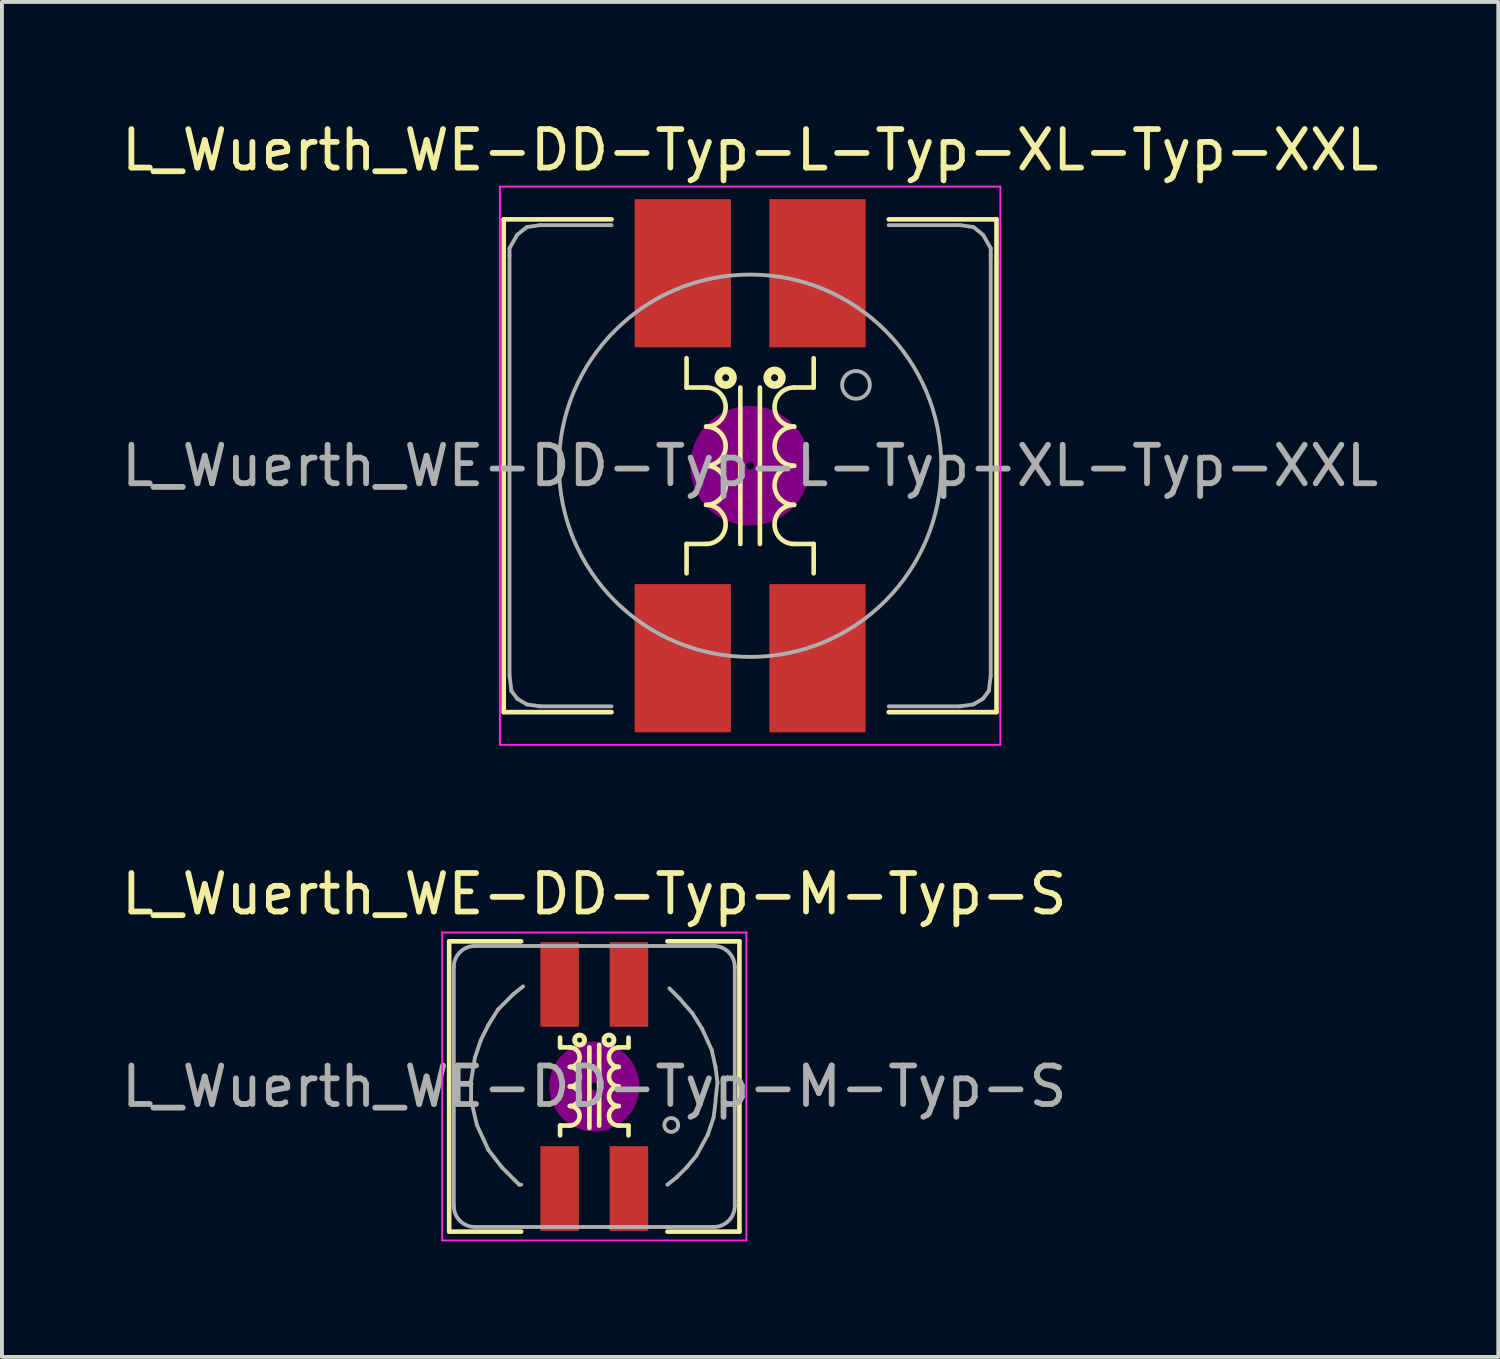
<source format=kicad_pcb>
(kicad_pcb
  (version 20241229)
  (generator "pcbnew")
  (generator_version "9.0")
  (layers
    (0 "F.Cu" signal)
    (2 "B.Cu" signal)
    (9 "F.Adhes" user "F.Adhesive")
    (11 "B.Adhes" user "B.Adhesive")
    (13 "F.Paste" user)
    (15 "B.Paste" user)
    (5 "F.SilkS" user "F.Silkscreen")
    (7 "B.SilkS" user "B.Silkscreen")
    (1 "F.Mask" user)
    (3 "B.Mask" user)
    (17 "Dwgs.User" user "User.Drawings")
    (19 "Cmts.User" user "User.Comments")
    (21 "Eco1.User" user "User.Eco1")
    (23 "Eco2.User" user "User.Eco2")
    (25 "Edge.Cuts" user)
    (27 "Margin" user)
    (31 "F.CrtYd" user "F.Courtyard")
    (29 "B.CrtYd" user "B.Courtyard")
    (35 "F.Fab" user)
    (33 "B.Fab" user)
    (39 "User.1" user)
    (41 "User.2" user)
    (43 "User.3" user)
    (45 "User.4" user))
  (footprint "L_Wuerth_WE-DD-Typ-L-Typ-XL-Typ-XXL"
    (layer "F.Cu")
    (at 16.435 9.048)
    (property "Reference" "L_Wuerth_WE-DD-Typ-L-Typ-XL-Typ-XXL" (at 0 -8.2 0) (layer "F.SilkS") (effects (font (size 1 1) (thickness 0.15))))
    (attr smd)
    (fp_line (start -6.4 -6.4) (end -3.6 -6.4) (stroke (width 0.12) (type solid)) (layer "F.SilkS"))
    (fp_line (start -6.4 6.4) (end -6.4 -6.4) (stroke (width 0.12) (type solid)) (layer "F.SilkS"))
    (fp_line (start -3.6 6.4) (end -6.4 6.4) (stroke (width 0.12) (type solid)) (layer "F.SilkS"))
    (fp_line (start -1.651 -2.032) (end -1.651 -2.794) (stroke (width 0.12) (type solid)) (layer "F.SilkS"))
    (fp_line (start -1.651 2.032) (end -1.651 2.794) (stroke (width 0.12) (type solid)) (layer "F.SilkS"))
    (fp_line (start -1.143 -2.032) (end -1.651 -2.032) (stroke (width 0.12) (type solid)) (layer "F.SilkS"))
    (fp_line (start -1.143 2.032) (end -1.651 2.032) (stroke (width 0.12) (type solid)) (layer "F.SilkS"))
    (fp_line (start -0.254 -2.032) (end -0.254 2.032) (stroke (width 0.12) (type solid)) (layer "F.SilkS"))
    (fp_line (start 0.254 2.032) (end 0.254 -2.032) (stroke (width 0.12) (type solid)) (layer "F.SilkS"))
    (fp_line (start 1.143 -2.032) (end 1.651 -2.032) (stroke (width 0.12) (type solid)) (layer "F.SilkS"))
    (fp_line (start 1.143 2.032) (end 1.651 2.032) (stroke (width 0.12) (type solid)) (layer "F.SilkS"))
    (fp_line (start 1.651 -2.032) (end 1.651 -2.794) (stroke (width 0.12) (type solid)) (layer "F.SilkS"))
    (fp_line (start 1.651 2.032) (end 1.651 2.794) (stroke (width 0.12) (type solid)) (layer "F.SilkS"))
    (fp_line (start 3.6 -6.4) (end 6.4 -6.4) (stroke (width 0.12) (type solid)) (layer "F.SilkS"))
    (fp_line (start 6.4 -6.4) (end 6.4 6.4) (stroke (width 0.12) (type solid)) (layer "F.SilkS"))
    (fp_line (start 6.4 6.4) (end 3.6 6.4) (stroke (width 0.12) (type solid)) (layer "F.SilkS"))
    (fp_arc (start -1.143 -2.032) (mid -0.635 -1.524) (end -1.143 -1.016) (stroke (width 0.12) (type solid)) (layer "F.SilkS"))
    (fp_arc (start -1.143 -1.016) (mid -0.635 -0.508) (end -1.143 0) (stroke (width 0.12) (type solid)) (layer "F.SilkS"))
    (fp_arc (start -1.143 0) (mid -0.635 0.508) (end -1.143 1.016) (stroke (width 0.12) (type solid)) (layer "F.SilkS"))
    (fp_arc (start -1.143 1.016) (mid -0.635 1.524) (end -1.143 2.032) (stroke (width 0.12) (type solid)) (layer "F.SilkS"))
    (fp_arc (start 1.143 -1.016) (mid 0.635 -1.524) (end 1.143 -2.032) (stroke (width 0.12) (type solid)) (layer "F.SilkS"))
    (fp_arc (start 1.143 0) (mid 0.635 -0.508) (end 1.143 -1.016) (stroke (width 0.12) (type solid)) (layer "F.SilkS"))
    (fp_arc (start 1.143 1.016) (mid 0.635 0.508) (end 1.143 0) (stroke (width 0.12) (type solid)) (layer "F.SilkS"))
    (fp_arc (start 1.143 2.032) (mid 0.635 1.524) (end 1.143 1.016) (stroke (width 0.12) (type solid)) (layer "F.SilkS"))
    (fp_circle (center -0.635 -2.286) (end -0.545 -2.286) (stroke (width 0.2) (type solid)) (fill no) (layer "F.SilkS"))
    (fp_circle (center 0.635 -2.286) (end 0.545 -2.286) (stroke (width 0.2) (type solid)) (fill no) (layer "F.SilkS"))
    (fp_circle (center 0 0) (end 0.1 0) (stroke (width 0.3) (type solid)) (fill no) (layer "F.Adhes"))
    (fp_circle (center 0 0) (end 0.3 0.1) (stroke (width 0.3) (type solid)) (fill no) (layer "F.Adhes"))
    (fp_circle (center 0 0) (end 0.6 0) (stroke (width 0.3) (type solid)) (fill no) (layer "F.Adhes"))
    (fp_circle (center 0 0) (end 0.8 -0.1) (stroke (width 0.3) (type solid)) (fill no) (layer "F.Adhes"))
    (fp_circle (center 0 0) (end 1.1 -0.1) (stroke (width 0.3) (type solid)) (fill no) (layer "F.Adhes"))
    (fp_circle (center 0 0) (end 1.4 -0.1) (stroke (width 0.3) (type solid)) (fill no) (layer "F.Adhes"))
    (fp_line (start -6.5 -7.25) (end 6.5 -7.25) (stroke (width 0.05) (type solid)) (layer "F.CrtYd"))
    (fp_line (start -6.5 7.25) (end -6.5 -7.25) (stroke (width 0.05) (type solid)) (layer "F.CrtYd"))
    (fp_line (start 6.5 -7.25) (end 6.5 7.25) (stroke (width 0.05) (type solid)) (layer "F.CrtYd"))
    (fp_line (start 6.5 7.25) (end -6.5 7.25) (stroke (width 0.05) (type solid)) (layer "F.CrtYd"))
    (fp_line (start -6.25 -5.65) (end -6.25 -5.45) (stroke (width 0.1) (type solid)) (layer "F.Fab"))
    (fp_line (start -6.25 -5.45) (end -6.25 5.45) (stroke (width 0.1) (type solid)) (layer "F.Fab"))
    (fp_line (start -6.2 5.85) (end -6.25 5.45) (stroke (width 0.1) (type solid)) (layer "F.Fab"))
    (fp_line (start -6.05 -6) (end -6.25 -5.65) (stroke (width 0.1) (type solid)) (layer "F.Fab"))
    (fp_line (start -6.05 6.05) (end -6.2 5.85) (stroke (width 0.1) (type solid)) (layer "F.Fab"))
    (fp_line (start -5.8 -6.2) (end -6.05 -6) (stroke (width 0.1) (type solid)) (layer "F.Fab"))
    (fp_line (start -5.8 6.2) (end -6.05 6.05) (stroke (width 0.1) (type solid)) (layer "F.Fab"))
    (fp_line (start -5.45 -6.25) (end -5.8 -6.2) (stroke (width 0.1) (type solid)) (layer "F.Fab"))
    (fp_line (start -5.45 6.25) (end -5.8 6.2) (stroke (width 0.1) (type solid)) (layer "F.Fab"))
    (fp_line (start -3.6 -6.25) (end -5.45 -6.25) (stroke (width 0.1) (type solid)) (layer "F.Fab"))
    (fp_line (start -3.6 6.25) (end -5.45 6.25) (stroke (width 0.1) (type solid)) (layer "F.Fab"))
    (fp_line (start 3.6 -6.25) (end 5.45 -6.25) (stroke (width 0.1) (type solid)) (layer "F.Fab"))
    (fp_line (start 3.6 6.25) (end 5.45 6.25) (stroke (width 0.1) (type solid)) (layer "F.Fab"))
    (fp_line (start 5.45 -6.25) (end 5.8 -6.2) (stroke (width 0.1) (type solid)) (layer "F.Fab"))
    (fp_line (start 5.45 6.25) (end 5.8 6.2) (stroke (width 0.1) (type solid)) (layer "F.Fab"))
    (fp_line (start 5.8 -6.2) (end 6.05 -6) (stroke (width 0.1) (type solid)) (layer "F.Fab"))
    (fp_line (start 5.8 6.2) (end 6.05 6.05) (stroke (width 0.1) (type solid)) (layer "F.Fab"))
    (fp_line (start 6.05 -6) (end 6.25 -5.65) (stroke (width 0.1) (type solid)) (layer "F.Fab"))
    (fp_line (start 6.05 6.05) (end 6.2 5.85) (stroke (width 0.1) (type solid)) (layer "F.Fab"))
    (fp_line (start 6.2 5.85) (end 6.25 5.45) (stroke (width 0.1) (type solid)) (layer "F.Fab"))
    (fp_line (start 6.25 -5.65) (end 6.25 -5.45) (stroke (width 0.1) (type solid)) (layer "F.Fab"))
    (fp_line (start 6.25 -5.45) (end 6.25 5.45) (stroke (width 0.1) (type solid)) (layer "F.Fab"))
    (fp_circle (center 0 0) (end 2.1 4.5) (stroke (width 0.1) (type solid)) (fill no) (layer "F.Fab"))
    (fp_circle (center 2.75 -2.1) (end 3.05 -1.9) (stroke (width 0.1) (type solid)) (fill no) (layer "F.Fab"))
    (fp_text user "${REFERENCE}" (at 0 0 0) (layer "F.Fab") (effects (font (size 1 1) (thickness 0.15))))
    (pad "1" smd rect (at -1.75 -5) (size 2.5 3.85) (layers "F.Cu" "F.Mask" "F.Paste"))
    (pad "2" smd rect (at 1.75 -5) (size 2.5 3.85) (layers "F.Cu" "F.Mask" "F.Paste"))
    (pad "3" smd rect (at 1.75 5) (size 2.5 3.85) (layers "F.Cu" "F.Mask" "F.Paste"))
    (pad "4" smd rect (at -1.75 5) (size 2.5 3.85) (layers "F.Cu" "F.Mask" "F.Paste")))
  (footprint "L_Wuerth_WE-DD-Typ-M-Typ-S"
    (layer "F.Cu")
    (at 12.387 25.172)
    (property "Reference" "L_Wuerth_WE-DD-Typ-M-Typ-S" (at 0 -5 0) (layer "F.SilkS") (effects (font (size 1 1) (thickness 0.15))))
    (attr smd)
    (fp_line (start -3.77 -3.77) (end -1.9 -3.77) (stroke (width 0.12) (type solid)) (layer "F.SilkS"))
    (fp_line (start -3.77 3.77) (end -3.77 -3.77) (stroke (width 0.12) (type solid)) (layer "F.SilkS"))
    (fp_line (start -1.9 3.77) (end -3.77 3.77) (stroke (width 0.12) (type solid)) (layer "F.SilkS"))
    (fp_line (start -0.889 -1.016) (end -0.889 -1.27) (stroke (width 0.12) (type solid)) (layer "F.SilkS"))
    (fp_line (start -0.889 1.016) (end -0.889 1.27) (stroke (width 0.12) (type solid)) (layer "F.SilkS"))
    (fp_line (start -0.635 -1.016) (end -0.889 -1.016) (stroke (width 0.12) (type solid)) (layer "F.SilkS"))
    (fp_line (start -0.635 1.016) (end -0.889 1.016) (stroke (width 0.12) (type solid)) (layer "F.SilkS"))
    (fp_line (start -0.127 1.079) (end -0.127 -1.016) (stroke (width 0.12) (type solid)) (layer "F.SilkS"))
    (fp_line (start 0.127 -1.079) (end 0.127 1.016) (stroke (width 0.12) (type solid)) (layer "F.SilkS"))
    (fp_line (start 0.635 -1.016) (end 0.889 -1.016) (stroke (width 0.12) (type solid)) (layer "F.SilkS"))
    (fp_line (start 0.635 1.016) (end 0.889 1.016) (stroke (width 0.12) (type solid)) (layer "F.SilkS"))
    (fp_line (start 0.889 -1.016) (end 0.889 -1.27) (stroke (width 0.12) (type solid)) (layer "F.SilkS"))
    (fp_line (start 0.889 1.016) (end 0.889 1.27) (stroke (width 0.12) (type solid)) (layer "F.SilkS"))
    (fp_line (start 1.9 -3.77) (end 3.77 -3.77) (stroke (width 0.12) (type solid)) (layer "F.SilkS"))
    (fp_line (start 3.77 -3.77) (end 3.77 3.77) (stroke (width 0.12) (type solid)) (layer "F.SilkS"))
    (fp_line (start 3.77 3.77) (end 1.9 3.77) (stroke (width 0.12) (type solid)) (layer "F.SilkS"))
    (fp_arc (start -0.635 -1.016) (mid -0.381 -0.762) (end -0.635 -0.508) (stroke (width 0.12) (type solid)) (layer "F.SilkS"))
    (fp_arc (start -0.635 -0.508) (mid -0.381 -0.254) (end -0.635 0) (stroke (width 0.12) (type solid)) (layer "F.SilkS"))
    (fp_arc (start -0.635 0) (mid -0.381 0.254) (end -0.635 0.508) (stroke (width 0.12) (type solid)) (layer "F.SilkS"))
    (fp_arc (start -0.635 0.508) (mid -0.381 0.762) (end -0.635 1.016) (stroke (width 0.12) (type solid)) (layer "F.SilkS"))
    (fp_arc (start 0.635 -0.508) (mid 0.381 -0.762) (end 0.635 -1.016) (stroke (width 0.12) (type solid)) (layer "F.SilkS"))
    (fp_arc (start 0.635 0) (mid 0.381 -0.254) (end 0.635 -0.508) (stroke (width 0.12) (type solid)) (layer "F.SilkS"))
    (fp_arc (start 0.635 0.508) (mid 0.381 0.254) (end 0.635 0) (stroke (width 0.12) (type solid)) (layer "F.SilkS"))
    (fp_arc (start 0.635 1.016) (mid 0.381 0.762) (end 0.635 0.508) (stroke (width 0.12) (type solid)) (layer "F.SilkS"))
    (fp_circle (center -0.381 -1.206) (end -0.318 -1.206) (stroke (width 0.13) (type solid)) (fill no) (layer "F.SilkS"))
    (fp_circle (center 0.381 -1.206) (end 0.318 -1.206) (stroke (width 0.13) (type solid)) (fill no) (layer "F.SilkS"))
    (fp_circle (center 0 0) (end 0.1 0) (stroke (width 0.3) (type solid)) (fill no) (layer "F.Adhes"))
    (fp_circle (center 0 0) (end 0.3 -0.1) (stroke (width 0.3) (type solid)) (fill no) (layer "F.Adhes"))
    (fp_circle (center 0 0) (end 0.6 0) (stroke (width 0.3) (type solid)) (fill no) (layer "F.Adhes"))
    (fp_circle (center 0 0) (end 0.8 -0.1) (stroke (width 0.3) (type solid)) (fill no) (layer "F.Adhes"))
    (fp_circle (center 0 0) (end 1 -0.2) (stroke (width 0.3) (type solid)) (fill no) (layer "F.Adhes"))
    (fp_circle (center 0.8 0) (end 0.8 0) (stroke (width 0.3) (type solid)) (fill no) (layer "F.Adhes"))
    (fp_line (start -3.95 -4) (end 3.95 -4) (stroke (width 0.05) (type solid)) (layer "F.CrtYd"))
    (fp_line (start -3.95 4) (end -3.95 -4) (stroke (width 0.05) (type solid)) (layer "F.CrtYd"))
    (fp_line (start 3.95 -4) (end 3.95 4) (stroke (width 0.05) (type solid)) (layer "F.CrtYd"))
    (fp_line (start 3.95 4) (end -3.95 4) (stroke (width 0.05) (type solid)) (layer "F.CrtYd"))
    (fp_line (start -3.65 -3.1) (end -3.65 3.1) (stroke (width 0.1) (type solid)) (layer "F.Fab"))
    (fp_line (start -3.2 -0.15) (end -3.2 0.35) (stroke (width 0.1) (type solid)) (layer "F.Fab"))
    (fp_line (start -3.2 0.35) (end -3.05 1) (stroke (width 0.1) (type solid)) (layer "F.Fab"))
    (fp_line (start -3.1 -0.75) (end -3.2 -0.15) (stroke (width 0.1) (type solid)) (layer "F.Fab"))
    (fp_line (start -3.1 3.65) (end 3.1 3.65) (stroke (width 0.1) (type solid)) (layer "F.Fab"))
    (fp_line (start -3.05 1) (end -2.75 1.65) (stroke (width 0.1) (type solid)) (layer "F.Fab"))
    (fp_line (start -2.95 -1.2) (end -3.1 -0.75) (stroke (width 0.1) (type solid)) (layer "F.Fab"))
    (fp_line (start -2.75 -1.6) (end -2.95 -1.2) (stroke (width 0.1) (type solid)) (layer "F.Fab"))
    (fp_line (start -2.75 1.65) (end -2.4 2.1) (stroke (width 0.1) (type solid)) (layer "F.Fab"))
    (fp_line (start -2.5 -2) (end -2.75 -1.6) (stroke (width 0.1) (type solid)) (layer "F.Fab"))
    (fp_line (start -2.4 2.1) (end -1.95 2.55) (stroke (width 0.1) (type solid)) (layer "F.Fab"))
    (fp_line (start -2.1 -2.4) (end -2.5 -2) (stroke (width 0.1) (type solid)) (layer "F.Fab"))
    (fp_line (start -1.95 2.55) (end -1.9 2.55) (stroke (width 0.1) (type solid)) (layer "F.Fab"))
    (fp_line (start -1.85 -2.6) (end -2.1 -2.4) (stroke (width 0.1) (type solid)) (layer "F.Fab"))
    (fp_line (start 1.95 -2.55) (end 2.2 -2.3) (stroke (width 0.1) (type solid)) (layer "F.Fab"))
    (fp_line (start 2.15 2.35) (end 1.9 2.55) (stroke (width 0.1) (type solid)) (layer "F.Fab"))
    (fp_line (start 2.2 -2.3) (end 2.55 -1.9) (stroke (width 0.1) (type solid)) (layer "F.Fab"))
    (fp_line (start 2.4 2.1) (end 2.15 2.35) (stroke (width 0.1) (type solid)) (layer "F.Fab"))
    (fp_line (start 2.55 -1.9) (end 2.8 -1.5) (stroke (width 0.1) (type solid)) (layer "F.Fab"))
    (fp_line (start 2.65 1.8) (end 2.4 2.1) (stroke (width 0.1) (type solid)) (layer "F.Fab"))
    (fp_line (start 2.8 -1.5) (end 3.05 -0.95) (stroke (width 0.1) (type solid)) (layer "F.Fab"))
    (fp_line (start 2.95 1.25) (end 2.65 1.8) (stroke (width 0.1) (type solid)) (layer "F.Fab"))
    (fp_line (start 3.05 -0.95) (end 3.15 -0.5) (stroke (width 0.1) (type solid)) (layer "F.Fab"))
    (fp_line (start 3.1 -3.65) (end -3.1 -3.65) (stroke (width 0.1) (type solid)) (layer "F.Fab"))
    (fp_line (start 3.1 0.8) (end 2.95 1.25) (stroke (width 0.1) (type solid)) (layer "F.Fab"))
    (fp_line (start 3.15 -0.5) (end 3.2 -0.1) (stroke (width 0.1) (type solid)) (layer "F.Fab"))
    (fp_line (start 3.15 0.4) (end 3.1 0.8) (stroke (width 0.1) (type solid)) (layer "F.Fab"))
    (fp_line (start 3.2 -0.1) (end 3.15 0.35) (stroke (width 0.1) (type solid)) (layer "F.Fab"))
    (fp_line (start 3.65 -3.1) (end 3.65 3.1) (stroke (width 0.1) (type solid)) (layer "F.Fab"))
    (fp_arc (start -3.65 -3.1) (mid -3.488909 -3.488909) (end -3.1 -3.65) (stroke (width 0.1) (type solid)) (layer "F.Fab"))
    (fp_arc (start -3.1 3.65) (mid -3.488909 3.488909) (end -3.65 3.1) (stroke (width 0.1) (type solid)) (layer "F.Fab"))
    (fp_arc (start 3.1 -3.65) (mid 3.488909 -3.488909) (end 3.65 -3.1) (stroke (width 0.1) (type solid)) (layer "F.Fab"))
    (fp_arc (start 3.65 3.1) (mid 3.488909 3.488909) (end 3.1 3.65) (stroke (width 0.1) (type solid)) (layer "F.Fab"))
    (fp_circle (center 2 1) (end 2.15 0.9) (stroke (width 0.1) (type solid)) (fill no) (layer "F.Fab"))
    (fp_text user "${REFERENCE}" (at 0 0 0) (layer "F.Fab") (effects (font (size 1 1) (thickness 0.15))))
    (pad "1" smd rect (at -0.9 2.65) (size 1 2.2) (layers "F.Cu" "F.Mask" "F.Paste"))
    (pad "2" smd rect (at -0.9 -2.65) (size 1 2.2) (layers "F.Cu" "F.Mask" "F.Paste"))
    (pad "3" smd rect (at 0.9 -2.65) (size 1 2.2) (layers "F.Cu" "F.Mask" "F.Paste"))
    (pad "4" smd rect (at 0.9 2.65) (size 1 2.2) (layers "F.Cu" "F.Mask" "F.Paste")))
  (gr_rect
    (start -3 -3)
    (end 35.869 32.197)
    (stroke (width 0.1) (type default))
    (fill no)
    (layer "Edge.Cuts")))
</source>
